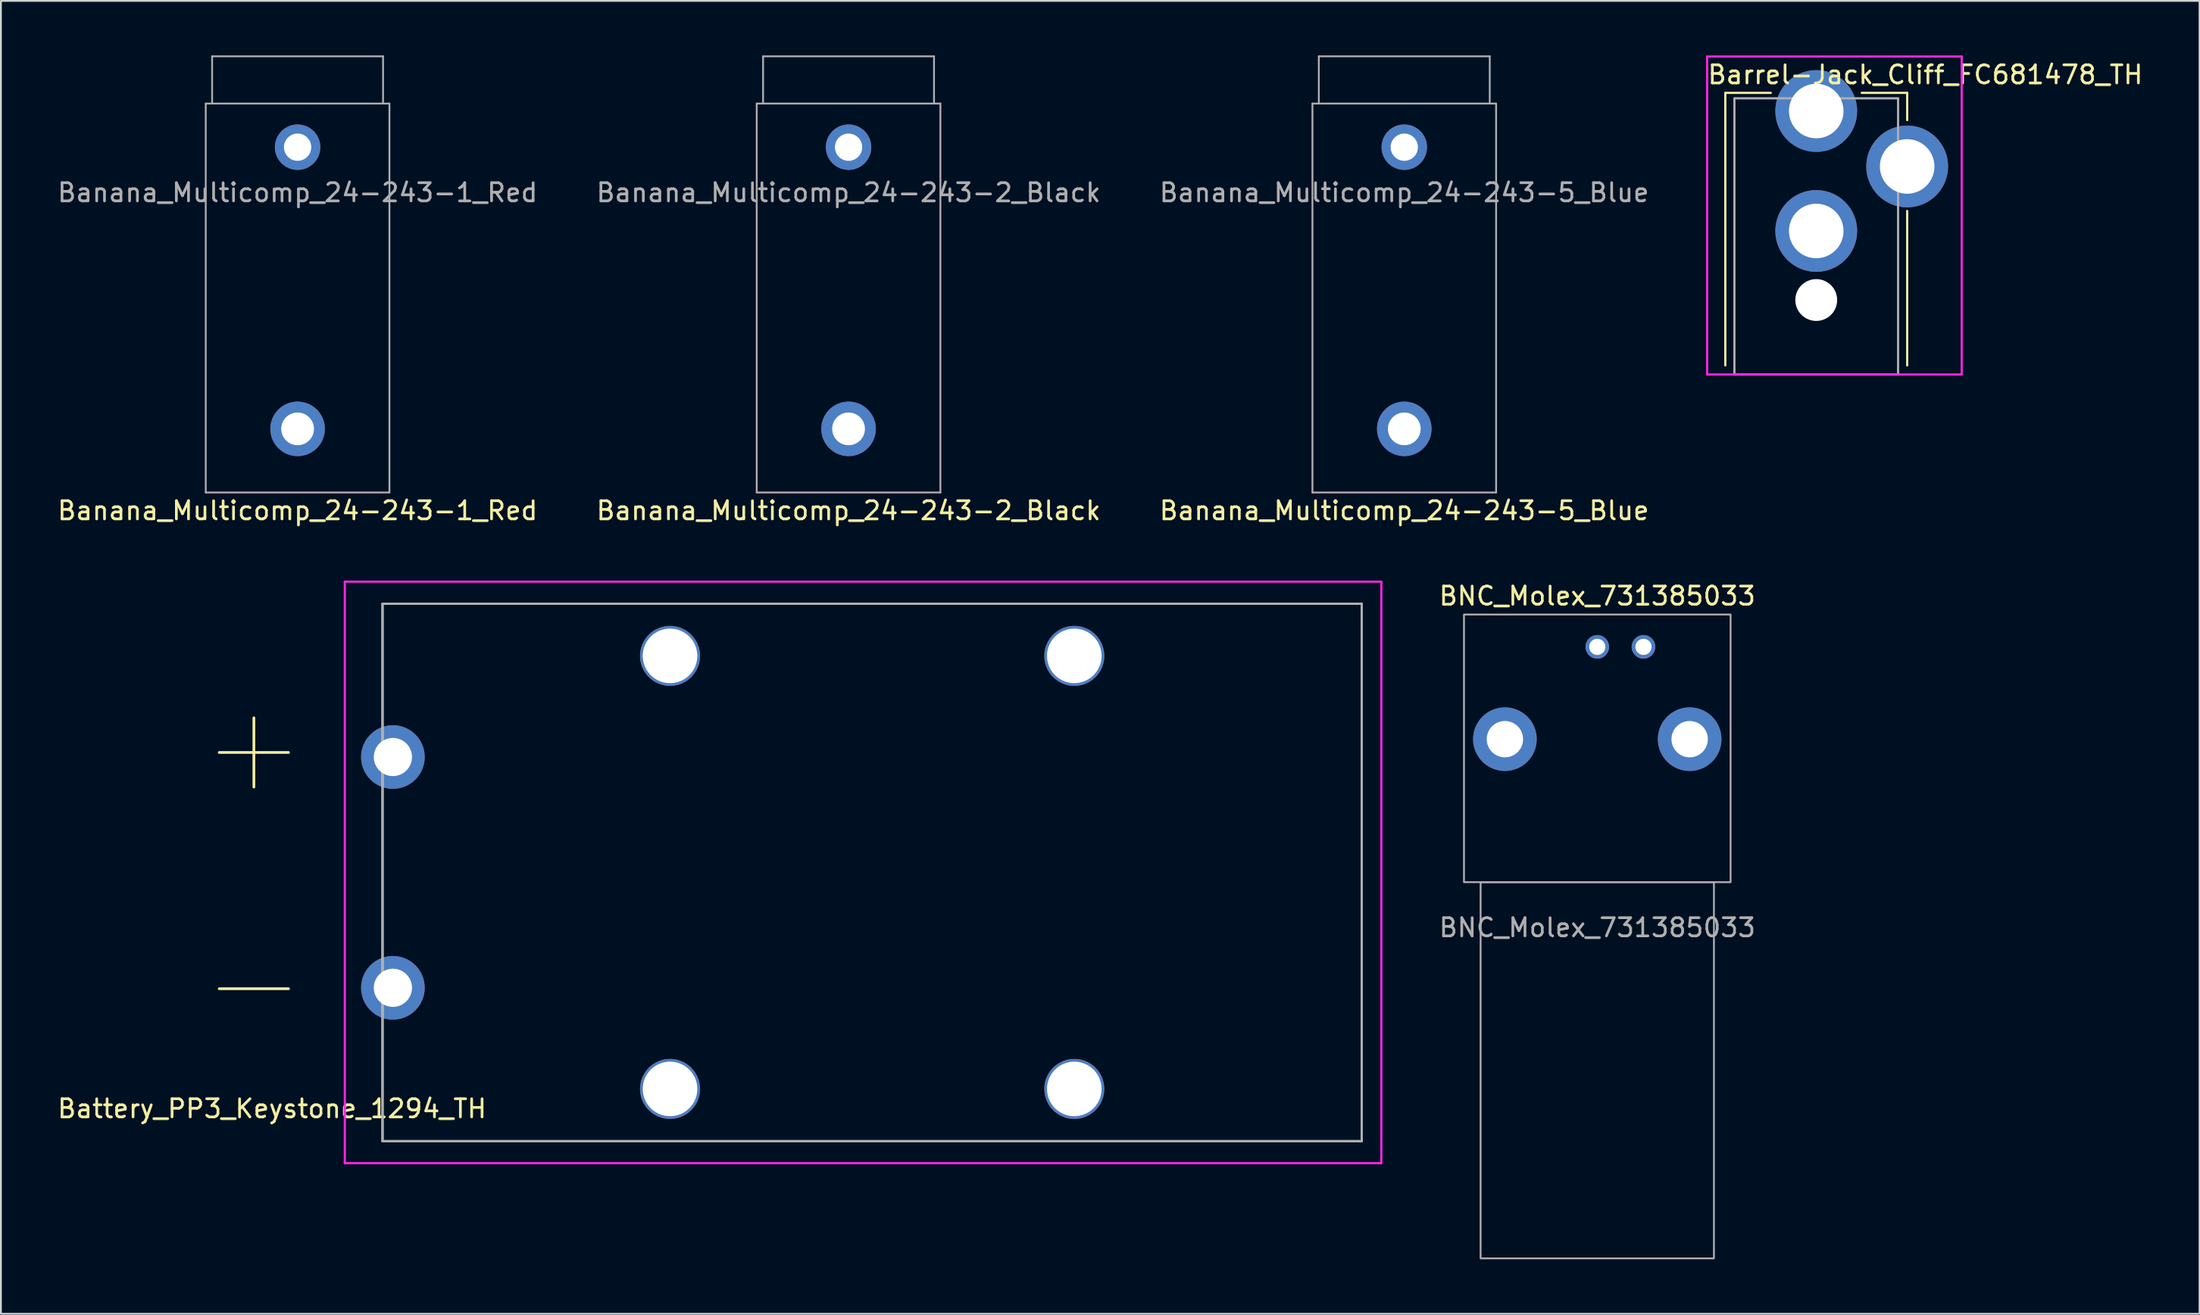
<source format=kicad_pcb>
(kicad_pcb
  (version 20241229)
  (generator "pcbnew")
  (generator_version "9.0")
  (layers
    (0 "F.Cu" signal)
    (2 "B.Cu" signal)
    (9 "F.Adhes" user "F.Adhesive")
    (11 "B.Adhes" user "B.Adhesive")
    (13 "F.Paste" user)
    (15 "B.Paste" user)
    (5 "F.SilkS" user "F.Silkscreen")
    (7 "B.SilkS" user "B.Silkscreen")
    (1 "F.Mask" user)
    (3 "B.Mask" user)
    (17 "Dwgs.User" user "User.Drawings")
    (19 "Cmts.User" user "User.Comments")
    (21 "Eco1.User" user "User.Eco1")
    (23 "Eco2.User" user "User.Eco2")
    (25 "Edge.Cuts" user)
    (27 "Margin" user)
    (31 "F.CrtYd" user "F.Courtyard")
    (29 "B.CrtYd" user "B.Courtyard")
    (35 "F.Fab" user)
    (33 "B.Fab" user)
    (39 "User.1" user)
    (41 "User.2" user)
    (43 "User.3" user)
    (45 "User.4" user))
  (footprint "Banana_Multicomp_24-243-1_Red"
    (layer "F.Cu")
    (at 13.315 5.05)
    (property "Reference" "Banana_Multicomp_24-243-1_Red" (at 0 20 0) (unlocked yes) (layer "F.SilkS") (effects (font (size 1 1) (thickness 0.15))))
    (attr through_hole)
    (fp_line (start -5.05 -2.4) (end -5.05 19) (stroke (width 0.1) (type default)) (layer "F.Fab"))
    (fp_line (start -5.05 -2.4) (end 5.05 -2.4) (stroke (width 0.1) (type default)) (layer "F.Fab"))
    (fp_line (start -5.05 19) (end 5.05 19) (stroke (width 0.1) (type default)) (layer "F.Fab"))
    (fp_line (start -4.7 -5) (end -4.7 -2.4) (stroke (width 0.1) (type default)) (layer "F.Fab"))
    (fp_line (start -4.7 -5) (end 4.7 -5) (stroke (width 0.1) (type default)) (layer "F.Fab"))
    (fp_line (start 4.7 -5) (end 4.7 -2.4) (stroke (width 0.1) (type default)) (layer "F.Fab"))
    (fp_line (start 5.05 -2.4) (end 5.05 19) (stroke (width 0.1) (type default)) (layer "F.Fab"))
    (fp_text user "${REFERENCE}" (at 0 2.5 0) (unlocked yes) (layer "F.Fab") (effects (font (size 1 1) (thickness 0.15))))
    (pad "1" thru_hole circle (at 0 0) (size 2.5 2.5) (drill 1.5) (layers "*.Cu" "*.Mask"))
    (pad "1" thru_hole circle (at 0 15.5 90) (size 3 3) (drill 1.8) (layers "*.Cu" "*.Mask")))
  (footprint "Banana_Multicomp_24-243-5_Blue"
    (layer "F.Cu")
    (at 74.173 5.05)
    (property "Reference" "Banana_Multicomp_24-243-5_Blue" (at 0 20 0) (unlocked yes) (layer "F.SilkS") (effects (font (size 1 1) (thickness 0.15))))
    (attr through_hole)
    (fp_line (start -5.05 -2.4) (end -5.05 19) (stroke (width 0.1) (type default)) (layer "F.Fab"))
    (fp_line (start -5.05 -2.4) (end 5.05 -2.4) (stroke (width 0.1) (type default)) (layer "F.Fab"))
    (fp_line (start -5.05 19) (end 5.05 19) (stroke (width 0.1) (type default)) (layer "F.Fab"))
    (fp_line (start -4.7 -5) (end -4.7 -2.4) (stroke (width 0.1) (type default)) (layer "F.Fab"))
    (fp_line (start -4.7 -5) (end 4.7 -5) (stroke (width 0.1) (type default)) (layer "F.Fab"))
    (fp_line (start 4.7 -5) (end 4.7 -2.4) (stroke (width 0.1) (type default)) (layer "F.Fab"))
    (fp_line (start 5.05 -2.4) (end 5.05 19) (stroke (width 0.1) (type default)) (layer "F.Fab"))
    (fp_text user "${REFERENCE}" (at 0 2.5 0) (unlocked yes) (layer "F.Fab") (effects (font (size 1 1) (thickness 0.15))))
    (pad "1" thru_hole circle (at 0 0) (size 2.5 2.5) (drill 1.5) (layers "*.Cu" "*.Mask"))
    (pad "1" thru_hole circle (at 0 15.5 90) (size 3 3) (drill 1.8) (layers "*.Cu" "*.Mask")))
  (footprint "Banana_Multicomp_24-243-2_Black"
    (layer "F.Cu")
    (at 43.613 5.05)
    (property "Reference" "Banana_Multicomp_24-243-2_Black" (at 0 20 0) (unlocked yes) (layer "F.SilkS") (effects (font (size 1 1) (thickness 0.15))))
    (attr through_hole)
    (fp_line (start -5.05 -2.4) (end -5.05 19) (stroke (width 0.1) (type default)) (layer "F.Fab"))
    (fp_line (start -5.05 -2.4) (end 5.05 -2.4) (stroke (width 0.1) (type default)) (layer "F.Fab"))
    (fp_line (start -5.05 19) (end 5.05 19) (stroke (width 0.1) (type default)) (layer "F.Fab"))
    (fp_line (start -4.7 -5) (end -4.7 -2.4) (stroke (width 0.1) (type default)) (layer "F.Fab"))
    (fp_line (start -4.7 -5) (end 4.7 -5) (stroke (width 0.1) (type default)) (layer "F.Fab"))
    (fp_line (start 4.7 -5) (end 4.7 -2.4) (stroke (width 0.1) (type default)) (layer "F.Fab"))
    (fp_line (start 5.05 -2.4) (end 5.05 19) (stroke (width 0.1) (type default)) (layer "F.Fab"))
    (fp_text user "${REFERENCE}" (at 0 2.5 0) (unlocked yes) (layer "F.Fab") (effects (font (size 1 1) (thickness 0.15))))
    (pad "1" thru_hole circle (at 0 0) (size 2.5 2.5) (drill 1.5) (layers "*.Cu" "*.Mask"))
    (pad "1" thru_hole circle (at 0 15.5 90) (size 3 3) (drill 1.8) (layers "*.Cu" "*.Mask")))
  (footprint "BNC_Molex_731385033"
    (layer "F.Cu")
    (at 84.786 45.496)
    (property "Reference" "BNC_Molex_731385033" (at 0 -15.75 0) (unlocked yes) (layer "F.SilkS") (effects (font (size 1 1) (thickness 0.15))))
    (attr through_hole)
    (fp_rect (start -7.33 -14.73) (end 7.33 0) (stroke (width 0.1) (type default)) (fill no) (layer "F.Fab"))
    (fp_rect (start -6.415 0) (end 6.415 20.7) (stroke (width 0.1) (type default)) (fill no) (layer "F.Fab"))
    (fp_text user "${REFERENCE}" (at 0 2.5 0) (unlocked yes) (layer "F.Fab") (effects (font (size 1 1) (thickness 0.15))))
    (pad "1" thru_hole circle (at 0 -12.95) (size 1.3 1.3) (drill 0.89) (layers "*.Cu" "*.Mask"))
    (pad "2" thru_hole circle (at -5.08 -7.87) (size 3.5 3.5) (drill 2) (layers "*.Cu" "*.Mask"))
    (pad "2" thru_hole circle (at 2.54 -12.95) (size 1.3 1.3) (drill 0.89) (layers "*.Cu" "*.Mask"))
    (pad "2" thru_hole circle (at 5.08 -7.87) (size 3.5 3.5) (drill 2) (layers "*.Cu" "*.Mask")))
  (footprint "Battery_PP3_Keystone_1294_TH"
    (layer "F.Cu")
    (at 44.911 44.958)
    (property "Reference" "Battery_PP3_Keystone_1294_TH" (at -33 13 0) (layer "F.SilkS") (effects (font (size 1 1) (thickness 0.15))))
    (attr through_hole)
    (fp_line (start -26.925 -14.785) (end 26.925 -14.785) (stroke (width 0.12) (type solid)) (layer "F.SilkS"))
    (fp_line (start -26.925 14.785) (end -26.925 -14.785) (stroke (width 0.12) (type solid)) (layer "F.SilkS"))
    (fp_line (start 26.925 -14.785) (end 26.925 14.785) (stroke (width 0.12) (type solid)) (layer "F.SilkS"))
    (fp_line (start 26.925 14.785) (end -26.925 14.785) (stroke (width 0.12) (type solid)) (layer "F.SilkS"))
    (fp_line (start -29 -16) (end -29 16) (stroke (width 0.12) (type solid)) (layer "F.CrtYd"))
    (fp_line (start -29 16) (end 28 16) (stroke (width 0.12) (type solid)) (layer "F.CrtYd"))
    (fp_line (start 28 -16) (end -29 -16) (stroke (width 0.12) (type solid)) (layer "F.CrtYd"))
    (fp_line (start 28 16) (end 28 -16) (stroke (width 0.12) (type solid)) (layer "F.CrtYd"))
    (fp_line (start -26.925 -14.785) (end 26.925 -14.785) (stroke (width 0.12) (type solid)) (layer "F.Fab"))
    (fp_line (start -26.925 14.785) (end -26.925 -14.785) (stroke (width 0.12) (type solid)) (layer "F.Fab"))
    (fp_line (start 26.925 -14.785) (end 26.925 14.785) (stroke (width 0.12) (type solid)) (layer "F.Fab"))
    (fp_line (start 26.925 14.785) (end -26.925 14.785) (stroke (width 0.12) (type solid)) (layer "F.Fab"))
    (fp_text user "+" (at -34 -7 0) (layer "F.SilkS") (effects (font (size 5 5) (thickness 0.15))))
    (fp_text user "-" (at -34 6 0) (layer "F.SilkS") (effects (font (size 5 5) (thickness 0.15))))
    (pad "" np_thru_hole circle (at -11.115 -11.915) (size 3.3 3.3) (drill 3) (layers "*.Cu" "*.Mask"))
    (pad "" np_thru_hole circle (at -11.115 11.915) (size 3.3 3.3) (drill 3) (layers "*.Cu" "*.Mask"))
    (pad "" np_thru_hole circle (at 11.115 -11.915) (size 3.3 3.3) (drill 3) (layers "*.Cu" "*.Mask"))
    (pad "" np_thru_hole circle (at 11.115 11.915) (size 3.3 3.3) (drill 3) (layers "*.Cu" "*.Mask"))
    (pad "1" thru_hole circle (at -26.355 -6.35) (size 3.5 3.5) (drill 2.1) (layers "*.Cu" "*.Mask"))
    (pad "2" thru_hole circle (at -26.355 6.35) (size 3.5 3.5) (drill 2.1) (layers "*.Cu" "*.Mask")))
  (footprint "Barrel-Jack_Cliff_FC681478_TH"
    (layer "F.Cu")
    (at 96.827 17.56)
    (property "Reference" "Barrel-Jack_Cliff_FC681478_TH" (at 6 -16.5 0) (layer "F.SilkS") (effects (font (size 1 1) (thickness 0.15))))
    (attr through_hole)
    (fp_line (start -5 -15.5) (end -5 -0.5) (stroke (width 0.12) (type solid)) (layer "F.SilkS"))
    (fp_line (start -5 -15.5) (end -2.5 -15.5) (stroke (width 0.12) (type solid)) (layer "F.SilkS"))
    (fp_line (start 2.5 -15.5) (end 5 -15.5) (stroke (width 0.12) (type solid)) (layer "F.SilkS"))
    (fp_line (start 5 -15.5) (end 5 -14) (stroke (width 0.12) (type solid)) (layer "F.SilkS"))
    (fp_line (start 5 -9) (end 5 -0.5) (stroke (width 0.12) (type solid)) (layer "F.SilkS"))
    (fp_line (start -6 -17.5) (end -6 0) (stroke (width 0.12) (type solid)) (layer "F.CrtYd"))
    (fp_line (start -6 0) (end 8 0) (stroke (width 0.12) (type solid)) (layer "F.CrtYd"))
    (fp_line (start 8 -17.5) (end -6 -17.5) (stroke (width 0.12) (type solid)) (layer "F.CrtYd"))
    (fp_line (start 8 0) (end 8 -17.5) (stroke (width 0.12) (type solid)) (layer "F.CrtYd"))
    (fp_line (start -4.5 -15.2) (end -4.5 0) (stroke (width 0.12) (type solid)) (layer "F.Fab"))
    (fp_line (start -4.5 0) (end 4.5 0) (stroke (width 0.12) (type solid)) (layer "F.Fab"))
    (fp_line (start 4.5 -15.2) (end -4.5 -15.2) (stroke (width 0.12) (type solid)) (layer "F.Fab"))
    (fp_line (start 4.5 0) (end 4.5 -15.2) (stroke (width 0.12) (type solid)) (layer "F.Fab"))
    (pad "" np_thru_hole circle (at 0 -4.1) (size 2.3 2.3) (drill 2.3) (layers "*.Cu" "*.Mask"))
    (pad "1" thru_hole circle (at 0 -14.5) (size 4.5 4.5) (drill 3) (layers "*.Cu" "*.Mask"))
    (pad "2" thru_hole circle (at 0 -7.9) (size 4.5 4.5) (drill 3) (layers "*.Cu" "*.Mask"))
    (pad "3" thru_hole circle (at 5 -11.45) (size 4.5 4.5) (drill 3) (layers "*.Cu" "*.Mask")))
  (gr_rect
    (start -3 -3)
    (end 117.905 69.246)
    (stroke (width 0.1) (type default))
    (fill no)
    (layer "Edge.Cuts")))
</source>
